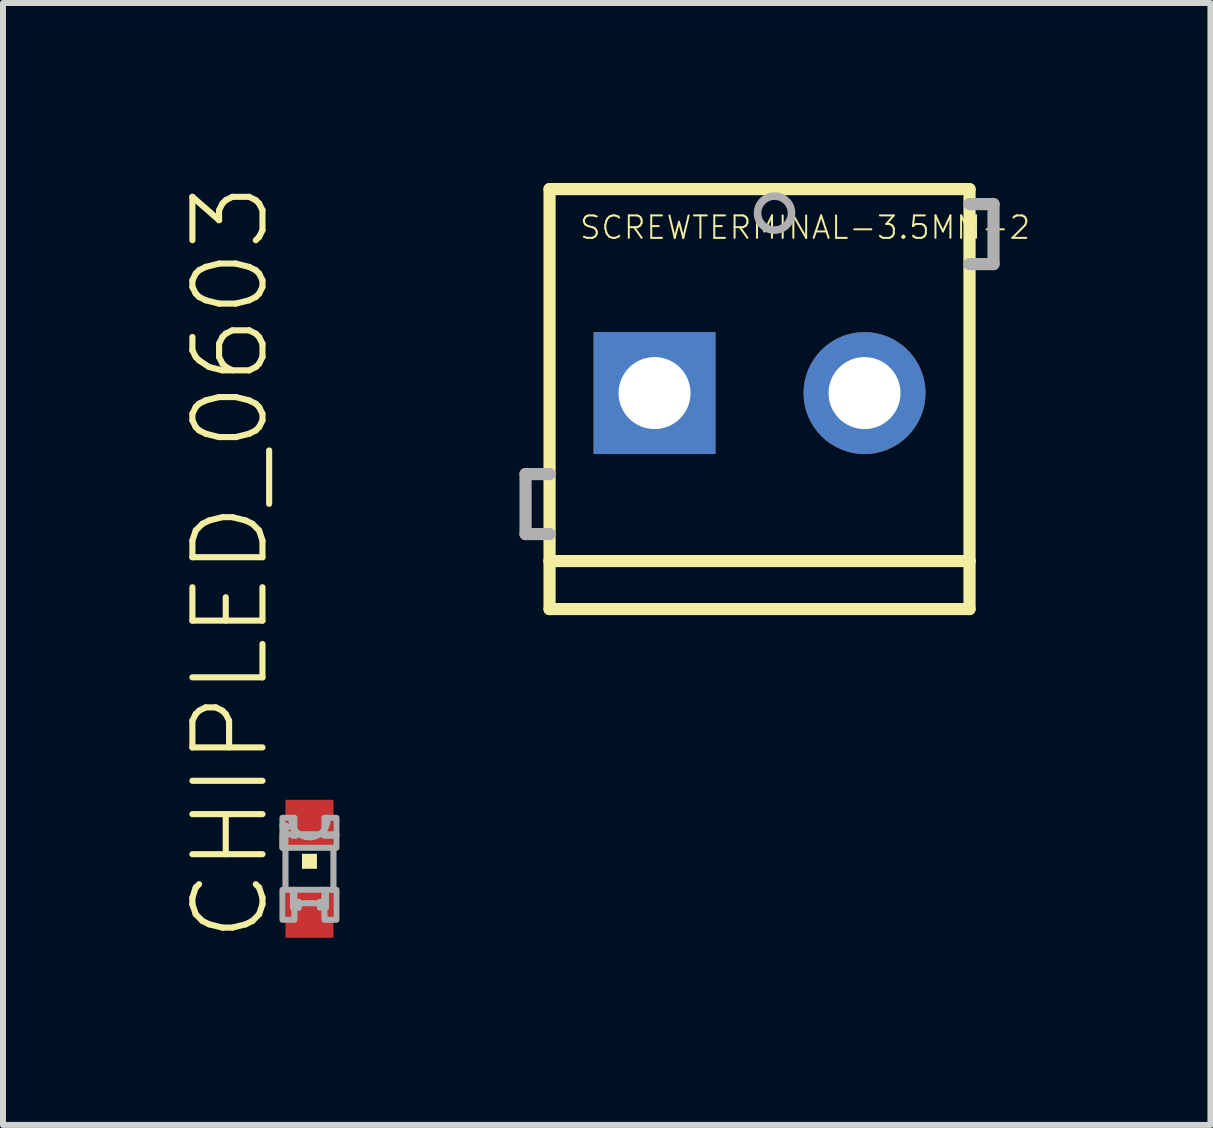
<source format=kicad_pcb>
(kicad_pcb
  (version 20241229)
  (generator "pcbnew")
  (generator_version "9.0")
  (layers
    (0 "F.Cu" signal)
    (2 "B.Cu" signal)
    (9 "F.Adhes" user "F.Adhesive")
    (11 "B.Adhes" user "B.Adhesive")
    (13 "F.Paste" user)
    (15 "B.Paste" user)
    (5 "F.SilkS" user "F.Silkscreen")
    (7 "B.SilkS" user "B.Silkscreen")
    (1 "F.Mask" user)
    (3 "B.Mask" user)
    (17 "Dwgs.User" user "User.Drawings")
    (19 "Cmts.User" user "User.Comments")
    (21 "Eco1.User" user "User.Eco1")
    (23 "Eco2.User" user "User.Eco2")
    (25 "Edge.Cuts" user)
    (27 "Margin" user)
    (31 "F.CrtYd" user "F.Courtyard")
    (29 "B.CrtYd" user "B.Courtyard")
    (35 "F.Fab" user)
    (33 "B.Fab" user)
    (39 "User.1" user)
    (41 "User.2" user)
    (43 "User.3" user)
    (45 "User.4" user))
  (footprint "CHIPLED_0603"
    (layer "F.Cu")
    (at 2.108 11.431)
    (property "Reference" "CHIPLED_0603" (at -0.635 1.27 90) (unlocked yes) (layer "F.SilkS") (effects (font (size 1.168 1.168) (thickness 0.102)) (justify left bottom)))
    (fp_poly (pts (xy -0.125 0) (xy 0.125 0) (xy 0.125 -0.25) (xy -0.125 -0.25)) (stroke (width 0) (type default)) (fill yes) (layer "F.SilkS"))
    (fp_line (start -0.4 -0.375) (end -0.4 0.35) (stroke (width 0.102) (type solid)) (layer "F.Fab"))
    (fp_line (start 0.4 -0.35) (end 0.4 0.35) (stroke (width 0.102) (type solid)) (layer "F.Fab"))
    (fp_arc (start -0.275 0.825) (mid 0 0.55) (end 0.275 0.825) (stroke (width 0.0508) (type solid)) (layer "F.Fab"))
    (fp_arc (start 0.3 -0.799998) (mid -0.000001 -0.524966) (end -0.3 -0.8) (stroke (width 0.1016) (type solid)) (layer "F.Fab"))
    (fp_circle (center -0.35 -0.625) (end -0.275 -0.625) (stroke (width 0.051) (type solid)) (fill no) (layer "F.Fab"))
    (fp_poly (pts (xy -0.45 -0.7) (xy -0.25 -0.7) (xy -0.25 -0.85) (xy -0.45 -0.85)) (stroke (width 0.1) (type default)) (fill no) (layer "F.Fab"))
    (fp_poly (pts (xy -0.45 -0.35) (xy -0.4 -0.35) (xy -0.4 -0.725) (xy -0.45 -0.725)) (stroke (width 0.1) (type default)) (fill no) (layer "F.Fab"))
    (fp_poly (pts (xy -0.45 -0.35) (xy 0.45 -0.35) (xy 0.45 -0.575) (xy -0.45 -0.575)) (stroke (width 0.1) (type default)) (fill no) (layer "F.Fab"))
    (fp_poly (pts (xy -0.45 0.85) (xy -0.25 0.85) (xy -0.25 0.35) (xy -0.45 0.35)) (stroke (width 0.1) (type default)) (fill no) (layer "F.Fab"))
    (fp_poly (pts (xy -0.275 -0.55) (xy -0.225 -0.55) (xy -0.225 -0.6) (xy -0.275 -0.6)) (stroke (width 0.1) (type default)) (fill no) (layer "F.Fab"))
    (fp_poly (pts (xy -0.275 0.575) (xy 0.275 0.575) (xy 0.275 0.35) (xy -0.275 0.35)) (stroke (width 0.1) (type default)) (fill no) (layer "F.Fab"))
    (fp_poly (pts (xy -0.275 0.65) (xy -0.175 0.65) (xy -0.175 0.55) (xy -0.275 0.55)) (stroke (width 0.1) (type default)) (fill no) (layer "F.Fab"))
    (fp_poly (pts (xy 0.175 0.65) (xy 0.275 0.65) (xy 0.275 0.55) (xy 0.175 0.55)) (stroke (width 0.1) (type default)) (fill no) (layer "F.Fab"))
    (fp_poly (pts (xy 0.25 -0.55) (xy 0.45 -0.55) (xy 0.45 -0.85) (xy 0.25 -0.85)) (stroke (width 0.1) (type default)) (fill no) (layer "F.Fab"))
    (fp_poly (pts (xy 0.25 0.85) (xy 0.45 0.85) (xy 0.45 0.35) (xy 0.25 0.35)) (stroke (width 0.1) (type default)) (fill no) (layer "F.Fab"))
    (pad "A" smd rect (at 0 0.75) (size 0.8 0.8) (layers "F.Cu" "F.Mask" "F.Paste"))
    (pad "C" smd rect (at 0 -0.75) (size 0.8 0.8) (layers "F.Cu" "F.Mask" "F.Paste")))
  (footprint "SCREWTERMINAL-3.5MM-2"
    (layer "F.Cu")
    (at 7.86 3.502)
    (property "Reference" "SCREWTERMINAL-3.5MM-2" (at -1.27 -2.54 0) (unlocked yes) (layer "F.SilkS") (effects (font (size 0.374 0.374) (thickness 0.033)) (justify left bottom)))
    (fp_line (start -1.75 -3.4) (end 5.25 -3.4) (stroke (width 0.203) (type solid)) (layer "F.SilkS"))
    (fp_line (start -1.75 2.8) (end -1.75 -3.4) (stroke (width 0.203) (type solid)) (layer "F.SilkS"))
    (fp_line (start -1.75 3.6) (end -1.75 2.8) (stroke (width 0.203) (type solid)) (layer "F.SilkS"))
    (fp_line (start 5.25 -3.4) (end 5.25 2.8) (stroke (width 0.203) (type solid)) (layer "F.SilkS"))
    (fp_line (start 5.25 2.8) (end -1.75 2.8) (stroke (width 0.203) (type solid)) (layer "F.SilkS"))
    (fp_line (start 5.25 2.8) (end 5.25 3.6) (stroke (width 0.203) (type solid)) (layer "F.SilkS"))
    (fp_line (start 5.25 3.6) (end -1.75 3.6) (stroke (width 0.203) (type solid)) (layer "F.SilkS"))
    (fp_line (start -2.15 1.35) (end -2.15 2.35) (stroke (width 0.203) (type solid)) (layer "F.Fab"))
    (fp_line (start -2.15 2.35) (end -1.75 2.35) (stroke (width 0.203) (type solid)) (layer "F.Fab"))
    (fp_line (start -1.75 1.35) (end -2.15 1.35) (stroke (width 0.203) (type solid)) (layer "F.Fab"))
    (fp_line (start 5.25 -3.15) (end 5.65 -3.15) (stroke (width 0.203) (type solid)) (layer "F.Fab"))
    (fp_line (start 5.65 -3.15) (end 5.65 -2.15) (stroke (width 0.203) (type solid)) (layer "F.Fab"))
    (fp_line (start 5.65 -2.15) (end 5.25 -2.15) (stroke (width 0.203) (type solid)) (layer "F.Fab"))
    (fp_circle (center 2 -3) (end 2.283 -3) (stroke (width 0.127) (type solid)) (fill no) (layer "F.Fab"))
    (pad "1" thru_hole rect (at 0 0) (size 2.032 2.032) (drill 1.2) (layers "*.Cu" "*.Mask"))
    (pad "2" thru_hole circle (at 3.5 0) (size 2.032 2.032) (drill 1.2) (layers "*.Cu" "*.Mask")))
  (gr_rect
    (start -3 -3)
    (end 17.126 15.701)
    (stroke (width 0.1) (type default))
    (fill no)
    (layer "Edge.Cuts")))
</source>
